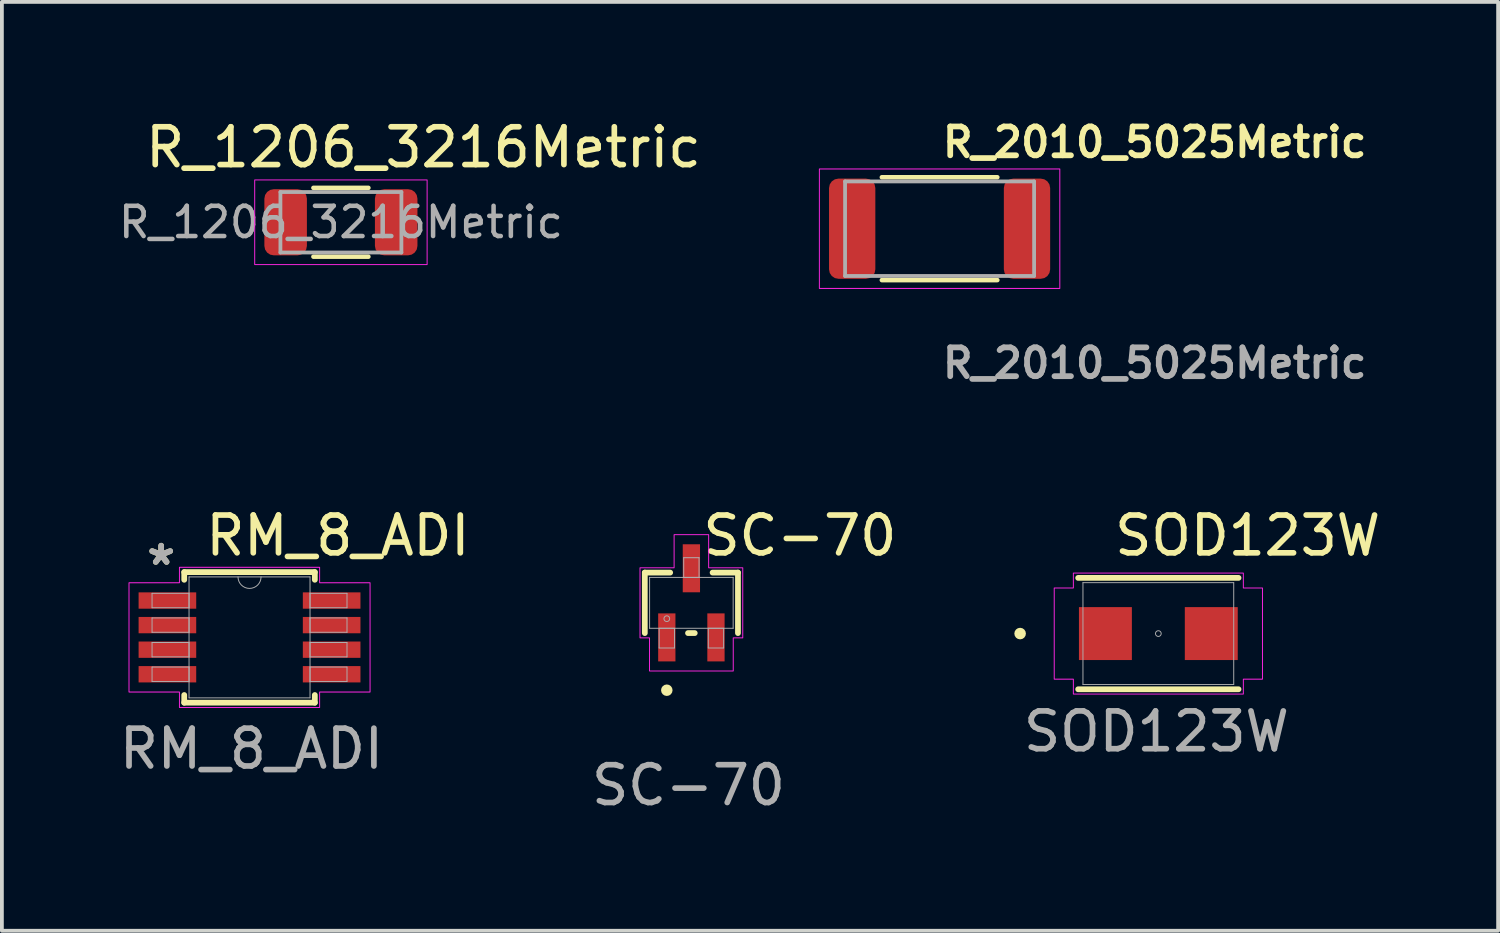
<source format=kicad_pcb>
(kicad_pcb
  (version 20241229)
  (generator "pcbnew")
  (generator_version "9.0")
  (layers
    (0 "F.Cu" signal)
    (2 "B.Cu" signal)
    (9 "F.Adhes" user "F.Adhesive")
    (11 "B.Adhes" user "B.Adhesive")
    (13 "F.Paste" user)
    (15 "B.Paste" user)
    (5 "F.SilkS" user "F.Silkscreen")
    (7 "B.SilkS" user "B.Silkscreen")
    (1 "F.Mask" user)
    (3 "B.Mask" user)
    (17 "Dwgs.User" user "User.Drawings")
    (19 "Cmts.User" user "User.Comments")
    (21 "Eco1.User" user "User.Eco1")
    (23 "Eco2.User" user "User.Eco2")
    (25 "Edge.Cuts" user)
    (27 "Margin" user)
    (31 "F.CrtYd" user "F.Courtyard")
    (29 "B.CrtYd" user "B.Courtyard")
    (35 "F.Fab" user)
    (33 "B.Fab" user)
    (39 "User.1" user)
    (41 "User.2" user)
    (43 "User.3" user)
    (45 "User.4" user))
  (footprint "RM_8_ADI"
    (layer "F.Cu")
    (at 3.55 13.809)
    (property "Reference" "RM_8_ADI" (at 2.337 -2.692 0) (unlocked yes) (layer "F.SilkS") (effects (font (size 1 1) (thickness 0.15))))
    (attr smd)
    (fp_line (start -1.727 -1.727) (end -1.727 -1.524) (stroke (width 0.152) (type solid)) (layer "F.SilkS"))
    (fp_line (start -1.727 1.524) (end -1.727 1.727) (stroke (width 0.152) (type solid)) (layer "F.SilkS"))
    (fp_line (start -1.727 1.727) (end 1.727 1.727) (stroke (width 0.152) (type solid)) (layer "F.SilkS"))
    (fp_line (start 1.727 -1.727) (end -1.727 -1.727) (stroke (width 0.152) (type solid)) (layer "F.SilkS"))
    (fp_line (start 1.727 -1.524) (end 1.727 -1.727) (stroke (width 0.152) (type solid)) (layer "F.SilkS"))
    (fp_line (start 1.727 1.727) (end 1.727 1.524) (stroke (width 0.152) (type solid)) (layer "F.SilkS"))
    (fp_poly (pts (xy -3.188 -1.445) (xy -1.854 -1.445) (xy -1.854 -1.854) (xy 1.854 -1.854) (xy 1.854 -1.445) (xy 3.188 -1.445) (xy 3.188 1.445) (xy 1.854 1.445) (xy 1.854 1.854) (xy -1.854 1.854) (xy -1.854 1.445) (xy -3.188 1.445)) (stroke (width 0.025) (type solid)) (fill no) (layer "F.CrtYd"))
    (fp_line (start -2.578 -1.165) (end -2.578 -0.784) (stroke (width 0.025) (type solid)) (layer "F.Fab"))
    (fp_line (start -2.578 -0.784) (end -1.6 -0.784) (stroke (width 0.025) (type solid)) (layer "F.Fab"))
    (fp_line (start -2.578 -0.515) (end -2.578 -0.135) (stroke (width 0.025) (type solid)) (layer "F.Fab"))
    (fp_line (start -2.578 -0.135) (end -1.6 -0.135) (stroke (width 0.025) (type solid)) (layer "F.Fab"))
    (fp_line (start -2.578 0.135) (end -2.578 0.515) (stroke (width 0.025) (type solid)) (layer "F.Fab"))
    (fp_line (start -2.578 0.515) (end -1.6 0.515) (stroke (width 0.025) (type solid)) (layer "F.Fab"))
    (fp_line (start -2.578 0.784) (end -2.578 1.165) (stroke (width 0.025) (type solid)) (layer "F.Fab"))
    (fp_line (start -2.578 1.165) (end -1.6 1.165) (stroke (width 0.025) (type solid)) (layer "F.Fab"))
    (fp_line (start -1.6 -1.6) (end -1.6 1.6) (stroke (width 0.025) (type solid)) (layer "F.Fab"))
    (fp_line (start -1.6 -1.165) (end -2.578 -1.165) (stroke (width 0.025) (type solid)) (layer "F.Fab"))
    (fp_line (start -1.6 -0.784) (end -1.6 -1.165) (stroke (width 0.025) (type solid)) (layer "F.Fab"))
    (fp_line (start -1.6 -0.515) (end -2.578 -0.515) (stroke (width 0.025) (type solid)) (layer "F.Fab"))
    (fp_line (start -1.6 -0.135) (end -1.6 -0.515) (stroke (width 0.025) (type solid)) (layer "F.Fab"))
    (fp_line (start -1.6 0.135) (end -2.578 0.135) (stroke (width 0.025) (type solid)) (layer "F.Fab"))
    (fp_line (start -1.6 0.515) (end -1.6 0.135) (stroke (width 0.025) (type solid)) (layer "F.Fab"))
    (fp_line (start -1.6 0.784) (end -2.578 0.784) (stroke (width 0.025) (type solid)) (layer "F.Fab"))
    (fp_line (start -1.6 1.165) (end -1.6 0.784) (stroke (width 0.025) (type solid)) (layer "F.Fab"))
    (fp_line (start -1.6 1.6) (end 1.6 1.6) (stroke (width 0.025) (type solid)) (layer "F.Fab"))
    (fp_line (start 1.6 -1.6) (end -1.6 -1.6) (stroke (width 0.025) (type solid)) (layer "F.Fab"))
    (fp_line (start 1.6 -1.165) (end 1.6 -0.784) (stroke (width 0.025) (type solid)) (layer "F.Fab"))
    (fp_line (start 1.6 -0.784) (end 2.578 -0.784) (stroke (width 0.025) (type solid)) (layer "F.Fab"))
    (fp_line (start 1.6 -0.515) (end 1.6 -0.135) (stroke (width 0.025) (type solid)) (layer "F.Fab"))
    (fp_line (start 1.6 -0.135) (end 2.578 -0.135) (stroke (width 0.025) (type solid)) (layer "F.Fab"))
    (fp_line (start 1.6 0.135) (end 1.6 0.515) (stroke (width 0.025) (type solid)) (layer "F.Fab"))
    (fp_line (start 1.6 0.515) (end 2.578 0.515) (stroke (width 0.025) (type solid)) (layer "F.Fab"))
    (fp_line (start 1.6 0.784) (end 1.6 1.165) (stroke (width 0.025) (type solid)) (layer "F.Fab"))
    (fp_line (start 1.6 1.165) (end 2.578 1.165) (stroke (width 0.025) (type solid)) (layer "F.Fab"))
    (fp_line (start 1.6 1.6) (end 1.6 -1.6) (stroke (width 0.025) (type solid)) (layer "F.Fab"))
    (fp_line (start 2.578 -1.165) (end 1.6 -1.165) (stroke (width 0.025) (type solid)) (layer "F.Fab"))
    (fp_line (start 2.578 -0.784) (end 2.578 -1.165) (stroke (width 0.025) (type solid)) (layer "F.Fab"))
    (fp_line (start 2.578 -0.515) (end 1.6 -0.515) (stroke (width 0.025) (type solid)) (layer "F.Fab"))
    (fp_line (start 2.578 -0.135) (end 2.578 -0.515) (stroke (width 0.025) (type solid)) (layer "F.Fab"))
    (fp_line (start 2.578 0.135) (end 1.6 0.135) (stroke (width 0.025) (type solid)) (layer "F.Fab"))
    (fp_line (start 2.578 0.515) (end 2.578 0.135) (stroke (width 0.025) (type solid)) (layer "F.Fab"))
    (fp_line (start 2.578 0.784) (end 1.6 0.784) (stroke (width 0.025) (type solid)) (layer "F.Fab"))
    (fp_line (start 2.578 1.165) (end 2.578 0.784) (stroke (width 0.025) (type solid)) (layer "F.Fab"))
    (fp_arc (start 0.3048 -1.6002) (mid 0 -1.2954) (end -0.3048 -1.6002) (stroke (width 0.0254) (type solid)) (layer "F.Fab"))
    (fp_text user "*" (at -2.337 -1.88 0) (unlocked yes) (layer "F.SilkS") (effects (font (size 1 1) (thickness 0.15))))
    (fp_text user "*" (at -2.337 -1.88 0) (layer "F.Fab") (effects (font (size 1 1) (thickness 0.15))))
    (fp_text user "${REFERENCE}" (at 0.051 2.946 0) (unlocked yes) (layer "F.Fab") (effects (font (size 1 1) (thickness 0.15))))
    (pad "1" smd rect (at -2.172 -0.975) (size 1.524 0.432) (layers "F.Cu" "F.Mask" "F.Paste"))
    (pad "2" smd rect (at -2.172 -0.325) (size 1.524 0.432) (layers "F.Cu" "F.Mask" "F.Paste"))
    (pad "3" smd rect (at -2.172 0.325) (size 1.524 0.432) (layers "F.Cu" "F.Mask" "F.Paste"))
    (pad "4" smd rect (at -2.172 0.975) (size 1.524 0.432) (layers "F.Cu" "F.Mask" "F.Paste"))
    (pad "5" smd rect (at 2.172 0.975) (size 1.524 0.432) (layers "F.Cu" "F.Mask" "F.Paste"))
    (pad "6" smd rect (at 2.172 0.325) (size 1.524 0.432) (layers "F.Cu" "F.Mask" "F.Paste"))
    (pad "7" smd rect (at 2.172 -0.325) (size 1.524 0.432) (layers "F.Cu" "F.Mask" "F.Paste"))
    (pad "8" smd rect (at 2.172 -0.975) (size 1.524 0.432) (layers "F.Cu" "F.Mask" "F.Paste")))
  (footprint "SC-70"
    (layer "F.Cu")
    (at 15.237 12.895)
    (property "Reference" "SC-70" (at 2.87 -1.778 0) (unlocked yes) (layer "F.SilkS") (effects (font (size 1 1) (thickness 0.15))))
    (attr smd)
    (fp_line (start -1.232 -0.8) (end -1.232 0.8) (stroke (width 0.152) (type solid)) (layer "F.SilkS"))
    (fp_line (start -0.561 -0.8) (end -1.232 -0.8) (stroke (width 0.152) (type solid)) (layer "F.SilkS"))
    (fp_line (start -0.089 0.8) (end 0.089 0.8) (stroke (width 0.152) (type solid)) (layer "F.SilkS"))
    (fp_line (start 1.232 -0.8) (end 0.561 -0.8) (stroke (width 0.152) (type solid)) (layer "F.SilkS"))
    (fp_line (start 1.232 0.8) (end 1.232 -0.8) (stroke (width 0.152) (type solid)) (layer "F.SilkS"))
    (fp_circle (center -0.65 2.311) (end -0.574 2.311) (stroke (width 0.152) (type solid)) (fill no) (layer "F.SilkS"))
    (fp_poly (pts (xy -0.457 -1.803) (xy 0.457 -1.803) (xy 0.457 -0.927) (xy 1.359 -0.927) (xy 1.359 0.927) (xy 1.107 0.927) (xy 1.107 1.803) (xy -1.107 1.803) (xy -1.107 0.927) (xy -1.359 0.927) (xy -1.359 -0.927) (xy -0.457 -0.927)) (stroke (width 0.025) (type solid)) (fill no) (layer "F.CrtYd"))
    (fp_line (start -1.105 -0.673) (end -1.105 0.673) (stroke (width 0.025) (type solid)) (layer "F.Fab"))
    (fp_line (start -1.105 0.673) (end 1.105 0.673) (stroke (width 0.025) (type solid)) (layer "F.Fab"))
    (fp_line (start -0.853 0.673) (end -0.853 1.194) (stroke (width 0.025) (type solid)) (layer "F.Fab"))
    (fp_line (start -0.853 1.194) (end -0.447 1.194) (stroke (width 0.025) (type solid)) (layer "F.Fab"))
    (fp_line (start -0.447 0.673) (end -0.853 0.673) (stroke (width 0.025) (type solid)) (layer "F.Fab"))
    (fp_line (start -0.447 1.194) (end -0.447 0.673) (stroke (width 0.025) (type solid)) (layer "F.Fab"))
    (fp_line (start -0.203 -1.194) (end -0.203 -0.673) (stroke (width 0.025) (type solid)) (layer "F.Fab"))
    (fp_line (start -0.203 -0.673) (end 0.203 -0.673) (stroke (width 0.025) (type solid)) (layer "F.Fab"))
    (fp_line (start 0.203 -1.194) (end -0.203 -1.194) (stroke (width 0.025) (type solid)) (layer "F.Fab"))
    (fp_line (start 0.203 -0.673) (end 0.203 -1.194) (stroke (width 0.025) (type solid)) (layer "F.Fab"))
    (fp_line (start 0.447 0.673) (end 0.447 1.194) (stroke (width 0.025) (type solid)) (layer "F.Fab"))
    (fp_line (start 0.447 1.194) (end 0.853 1.194) (stroke (width 0.025) (type solid)) (layer "F.Fab"))
    (fp_line (start 0.853 0.673) (end 0.447 0.673) (stroke (width 0.025) (type solid)) (layer "F.Fab"))
    (fp_line (start 0.853 1.194) (end 0.853 0.673) (stroke (width 0.025) (type solid)) (layer "F.Fab"))
    (fp_line (start 1.105 -0.673) (end -1.105 -0.673) (stroke (width 0.025) (type solid)) (layer "F.Fab"))
    (fp_line (start 1.105 0.673) (end 1.105 -0.673) (stroke (width 0.025) (type solid)) (layer "F.Fab"))
    (fp_circle (center -0.65 0.419) (end -0.574 0.419) (stroke (width 0.025) (type solid)) (fill no) (layer "F.Fab"))
    (fp_text user "${REFERENCE}" (at -0.076 4.826 0) (unlocked yes) (layer "F.Fab") (effects (font (size 1 1) (thickness 0.15))))
    (pad "1" smd rect (at -0.65 0.914) (size 0.457 1.27) (layers "F.Cu" "F.Mask" "F.Paste"))
    (pad "2" smd rect (at 0.65 0.914) (size 0.457 1.27) (layers "F.Cu" "F.Mask" "F.Paste"))
    (pad "3" smd rect (at 0 -0.914) (size 0.457 1.27) (layers "F.Cu" "F.Mask" "F.Paste")))
  (footprint "R_1206_3216Metric"
    (layer "F.Cu")
    (at 5.967 2.829)
    (property "Reference" "R_1206_3216Metric" (at 2.184 -1.981 0) (layer "F.SilkS") (effects (font (size 1 1) (thickness 0.15))))
    (attr smd)
    (fp_line (start -0.727 -0.91) (end 0.727 -0.91) (stroke (width 0.12) (type solid)) (layer "F.SilkS"))
    (fp_line (start -0.727 0.91) (end 0.727 0.91) (stroke (width 0.12) (type solid)) (layer "F.SilkS"))
    (fp_poly (pts (xy -2.28 -1.12) (xy 2.28 -1.12) (xy 2.28 1.12) (xy -2.28 1.12)) (stroke (width 0.025) (type solid)) (fill no) (layer "F.CrtYd"))
    (fp_line (start -1.6 -0.8) (end 1.6 -0.8) (stroke (width 0.1) (type solid)) (layer "F.Fab"))
    (fp_line (start -1.6 0.8) (end -1.6 -0.8) (stroke (width 0.1) (type solid)) (layer "F.Fab"))
    (fp_line (start 1.6 -0.8) (end 1.6 0.8) (stroke (width 0.1) (type solid)) (layer "F.Fab"))
    (fp_line (start 1.6 0.8) (end -1.6 0.8) (stroke (width 0.1) (type solid)) (layer "F.Fab"))
    (fp_text user "${REFERENCE}" (at 0 0 0) (layer "F.Fab") (effects (font (size 0.8 0.8) (thickness 0.12))))
    (pad "1" smd roundrect (at -1.462 0) (size 1.125 1.75) (layers "F.Cu" "F.Mask" "F.Paste") (roundrect_rratio 0.222))
    (pad "2" smd roundrect (at 1.462 0) (size 1.125 1.75) (layers "F.Cu" "F.Mask" "F.Paste") (roundrect_rratio 0.222)))
  (footprint "SOD123W"
    (layer "F.Cu")
    (at 27.588 13.708)
    (property "Reference" "SOD123W" (at 2.362 -2.591 0) (unlocked yes) (layer "F.SilkS") (effects (font (size 1 1) (thickness 0.15))))
    (attr smd)
    (fp_line (start -2.121 1.473) (end 2.121 1.473) (stroke (width 0.152) (type solid)) (layer "F.SilkS"))
    (fp_line (start 2.121 -1.473) (end -2.121 -1.473) (stroke (width 0.152) (type solid)) (layer "F.SilkS"))
    (fp_circle (center -3.656 0) (end -3.579 0) (stroke (width 0.152) (type solid)) (fill no) (layer "F.SilkS"))
    (fp_poly (pts (xy -2.248 -1.206) (xy -2.248 -1.6) (xy 2.248 -1.6) (xy 2.248 -1.206) (xy 2.754 -1.206) (xy 2.754 1.206) (xy 2.248 1.206) (xy 2.248 1.6) (xy -2.248 1.6) (xy -2.248 1.206) (xy -2.754 1.206) (xy -2.754 -1.206)) (stroke (width 0.025) (type solid)) (fill no) (layer "F.CrtYd"))
    (fp_line (start -1.994 -1.346) (end -1.994 1.346) (stroke (width 0.025) (type solid)) (layer "F.Fab"))
    (fp_line (start -1.994 1.346) (end 1.994 1.346) (stroke (width 0.025) (type solid)) (layer "F.Fab"))
    (fp_line (start 1.994 -1.346) (end -1.994 -1.346) (stroke (width 0.025) (type solid)) (layer "F.Fab"))
    (fp_line (start 1.994 1.346) (end 1.994 -1.346) (stroke (width 0.025) (type solid)) (layer "F.Fab"))
    (fp_circle (center 0 0) (end 0.076 0) (stroke (width 0.025) (type solid)) (fill no) (layer "F.Fab"))
    (fp_text user "${REFERENCE}" (at -0.051 2.591 0) (unlocked yes) (layer "F.Fab") (effects (font (size 1 1) (thickness 0.15))))
    (pad "1" smd rect (at -1.4 0) (size 1.4 1.4) (layers "F.Cu" "F.Mask" "F.Paste"))
    (pad "2" smd rect (at 1.4 0) (size 1.4 1.4) (layers "F.Cu" "F.Mask" "F.Paste")))
  (footprint "R_2010_5025Metric"
    (layer "F.Cu")
    (at 21.802 2.999)
    (property "Reference" "R_2010_5025Metric" (at 0 -2.286 0) (layer "F.SilkS") (effects (font (size 0.762 0.762) (thickness 0.152)) (justify left)))
    (attr smd)
    (fp_line (start -1.527 -1.36) (end 1.527 -1.36) (stroke (width 0.12) (type solid)) (layer "F.SilkS"))
    (fp_line (start -1.527 1.36) (end 1.527 1.36) (stroke (width 0.12) (type solid)) (layer "F.SilkS"))
    (fp_poly (pts (xy -3.18 -1.58) (xy 3.18 -1.58) (xy 3.18 1.58) (xy -3.18 1.58)) (stroke (width 0.025) (type solid)) (fill no) (layer "F.CrtYd"))
    (fp_line (start -2.5 -1.25) (end 2.5 -1.25) (stroke (width 0.1) (type solid)) (layer "F.Fab"))
    (fp_line (start -2.5 1.25) (end -2.5 -1.25) (stroke (width 0.1) (type solid)) (layer "F.Fab"))
    (fp_line (start 2.5 -1.25) (end 2.5 1.25) (stroke (width 0.1) (type solid)) (layer "F.Fab"))
    (fp_line (start 2.5 1.25) (end -2.5 1.25) (stroke (width 0.1) (type solid)) (layer "F.Fab"))
    (fp_text user "${REFERENCE}" (at 0 3.556 0) (layer "F.Fab") (effects (font (size 0.762 0.762) (thickness 0.152)) (justify left)))
    (pad "1" smd roundrect (at -2.312 0) (size 1.225 2.65) (layers "F.Cu" "F.Mask" "F.Paste") (roundrect_rratio 0.204))
    (pad "2" smd roundrect (at 2.312 0) (size 1.225 2.65) (layers "F.Cu" "F.Mask" "F.Paste") (roundrect_rratio 0.204)))
  (gr_rect
    (start -3 -3)
    (end 36.575 21.569)
    (stroke (width 0.1) (type default))
    (fill no)
    (layer "Edge.Cuts")))
</source>
